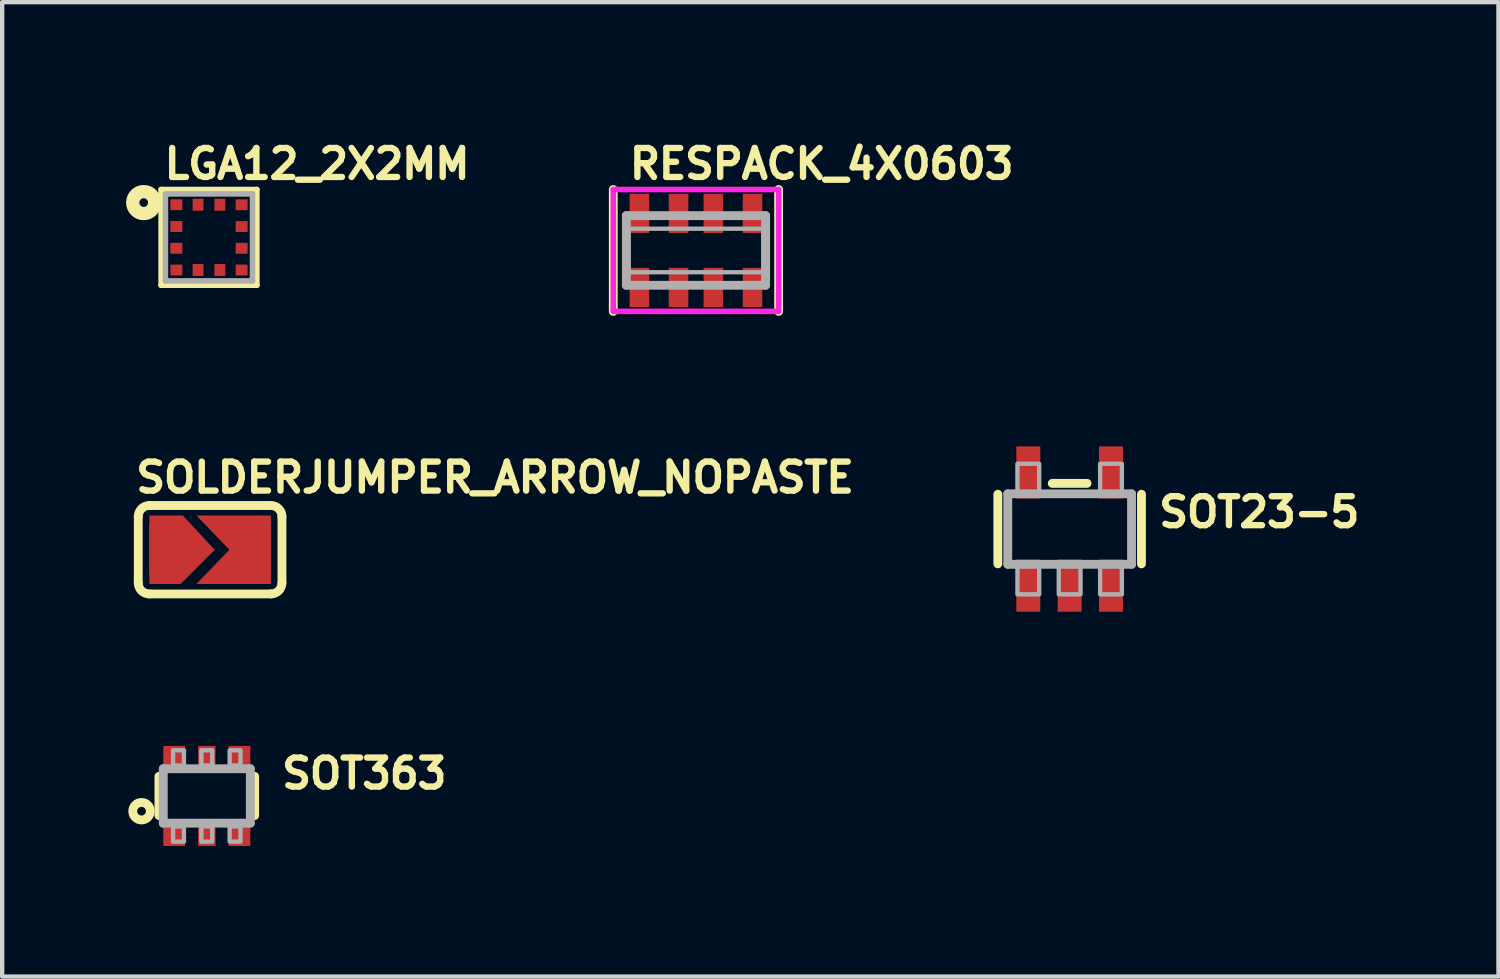
<source format=kicad_pcb>
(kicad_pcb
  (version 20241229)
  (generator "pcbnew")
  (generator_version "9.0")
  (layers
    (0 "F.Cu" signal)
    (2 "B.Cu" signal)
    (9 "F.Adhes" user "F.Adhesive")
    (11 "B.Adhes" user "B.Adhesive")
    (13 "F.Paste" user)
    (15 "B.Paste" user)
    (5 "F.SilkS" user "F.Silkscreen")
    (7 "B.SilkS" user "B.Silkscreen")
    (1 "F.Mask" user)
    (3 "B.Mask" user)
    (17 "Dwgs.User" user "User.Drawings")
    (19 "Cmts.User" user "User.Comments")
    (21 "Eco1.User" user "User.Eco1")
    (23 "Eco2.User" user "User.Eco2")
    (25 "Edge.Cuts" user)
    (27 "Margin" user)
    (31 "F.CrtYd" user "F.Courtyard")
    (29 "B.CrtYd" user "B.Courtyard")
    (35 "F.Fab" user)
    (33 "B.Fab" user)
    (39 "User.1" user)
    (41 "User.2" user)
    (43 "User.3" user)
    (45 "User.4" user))
  (footprint "SOLDERJUMPER_ARROW_NOPASTE"
    (layer "F.Cu")
    (at 1.778 9.582)
    (property "Reference" "SOLDERJUMPER_ARROW_NOPASTE" (at -1.778 -1.27 0) (layer "F.SilkS") (effects (font (size 0.666 0.666) (thickness 0.146)) (justify left bottom)))
    (fp_poly (pts (xy 0.106 0.003) (xy -0.679 0.788) (xy -1.395 0.788) (xy -1.395 -0.788) (xy -0.627 -0.788)) (stroke (width 0) (type solid)) (fill yes) (layer "F.Cu"))
    (fp_poly (pts (xy 1.395 0.788) (xy -0.316 0.788) (xy 0.443 0) (xy -0.316 -0.788) (xy 1.395 -0.788)) (stroke (width 0) (type solid)) (fill yes) (layer "F.Cu"))
    (fp_poly (pts (xy -1.46 0.826) (xy 1.46 0.826) (xy 1.46 -0.826) (xy -1.46 -0.826)) (stroke (width 0) (type solid)) (fill yes) (layer "F.Mask"))
    (fp_line (start -1.651 0.762) (end -1.651 -0.762) (stroke (width 0.203) (type solid)) (layer "F.SilkS"))
    (fp_line (start -1.397 -1.016) (end 1.397 -1.016) (stroke (width 0.203) (type solid)) (layer "F.SilkS"))
    (fp_line (start 1.397 1.016) (end -1.397 1.016) (stroke (width 0.203) (type solid)) (layer "F.SilkS"))
    (fp_line (start 1.651 0.762) (end 1.651 -0.762) (stroke (width 0.203) (type solid)) (layer "F.SilkS"))
    (fp_arc (start -1.651 -0.762) (mid -1.576605 -0.941605) (end -1.397 -1.016) (stroke (width 0.2032) (type solid)) (layer "F.SilkS"))
    (fp_arc (start -1.397 1.016) (mid -1.576605 0.941605) (end -1.651 0.762) (stroke (width 0.2032) (type solid)) (layer "F.SilkS"))
    (fp_arc (start 1.397 -1.016) (mid 1.576605 -0.941605) (end 1.651 -0.762) (stroke (width 0.2032) (type solid)) (layer "F.SilkS"))
    (fp_arc (start 1.651 0.762) (mid 1.576605 0.941605) (end 1.397 1.016) (stroke (width 0.2032) (type solid)) (layer "F.SilkS"))
    (pad "1" smd roundrect (at -1.016 0) (size 0.762 1.524) (layers "F.Cu") (roundrect_rratio 0.25))
    (pad "2" smd roundrect (at 1.016 0) (size 0.762 1.524) (layers "F.Cu") (roundrect_rratio 0.25)))
  (footprint "RESPACK_4X0603"
    (layer "F.Cu")
    (at 12.942 2.705)
    (property "Reference" "RESPACK_4X0603" (at -1.6 -1.6 0) (layer "F.SilkS") (effects (font (size 0.666 0.666) (thickness 0.146)) (justify left bottom)))
    (fp_line (start -1.9 1.4) (end -1.9 -1.4) (stroke (width 0.203) (type solid)) (layer "F.SilkS"))
    (fp_line (start 1.9 -1.4) (end 1.9 1.4) (stroke (width 0.203) (type solid)) (layer "F.SilkS"))
    (fp_line (start -1.9 -1.4) (end 1.9 -1.4) (stroke (width 0.127) (type solid)) (layer "F.CrtYd"))
    (fp_line (start -1.9 1.4) (end -1.9 -1.4) (stroke (width 0.127) (type solid)) (layer "F.CrtYd"))
    (fp_line (start -1.9 1.4) (end 1.9 1.4) (stroke (width 0.127) (type solid)) (layer "F.CrtYd"))
    (fp_line (start 1.9 -1.4) (end 1.9 1.4) (stroke (width 0.127) (type solid)) (layer "F.CrtYd"))
    (fp_line (start -1.6 -0.8) (end 1.6 -0.8) (stroke (width 0.203) (type solid)) (layer "F.Fab"))
    (fp_line (start -1.6 0.8) (end -1.6 -0.8) (stroke (width 0.203) (type solid)) (layer "F.Fab"))
    (fp_line (start 1.6 -0.8) (end 1.6 0.8) (stroke (width 0.203) (type solid)) (layer "F.Fab"))
    (fp_line (start 1.6 0.8) (end -1.6 0.8) (stroke (width 0.203) (type solid)) (layer "F.Fab"))
    (fp_poly (pts (xy -1.55 0.5) (xy 1.55 0.5) (xy 1.55 -0.5) (xy -1.55 -0.5)) (stroke (width 0.1) (type solid)) (fill no) (layer "F.Fab"))
    (pad "1" smd rect (at -1.3 0.85) (size 0.45 0.9) (layers "F.Cu" "F.Mask" "F.Paste"))
    (pad "2" smd rect (at -0.4 0.85) (size 0.45 0.9) (layers "F.Cu" "F.Mask" "F.Paste"))
    (pad "3" smd rect (at 0.4 0.85) (size 0.45 0.9) (layers "F.Cu" "F.Mask" "F.Paste"))
    (pad "4" smd rect (at 1.3 0.85) (size 0.45 0.9) (layers "F.Cu" "F.Mask" "F.Paste"))
    (pad "5" smd rect (at 1.3 -0.85) (size 0.45 0.9) (layers "F.Cu" "F.Mask" "F.Paste"))
    (pad "6" smd rect (at 0.4 -0.85) (size 0.45 0.9) (layers "F.Cu" "F.Mask" "F.Paste"))
    (pad "7" smd rect (at -0.4 -0.85) (size 0.45 0.9) (layers "F.Cu" "F.Mask" "F.Paste"))
    (pad "8" smd rect (at -1.3 -0.85) (size 0.45 0.9) (layers "F.Cu" "F.Mask" "F.Paste")))
  (footprint "LGA12_2X2MM"
    (layer "F.Cu")
    (at 1.752 2.405)
    (property "Reference" "LGA12_2X2MM" (at -1.1 -1.3 0) (layer "F.SilkS") (effects (font (size 0.666 0.666) (thickness 0.146)) (justify left bottom)))
    (fp_line (start -1.1 -1.1) (end 1.1 -1.1) (stroke (width 0.127) (type solid)) (layer "F.SilkS"))
    (fp_line (start -1.1 1.1) (end -1.1 -1.1) (stroke (width 0.127) (type solid)) (layer "F.SilkS"))
    (fp_line (start 1.1 -1.1) (end 1.1 1.1) (stroke (width 0.127) (type solid)) (layer "F.SilkS"))
    (fp_line (start 1.1 1.1) (end -1.1 1.1) (stroke (width 0.127) (type solid)) (layer "F.SilkS"))
    (fp_circle (center -1.5 -0.8) (end -1.4 -0.8) (stroke (width 0.305) (type solid)) (fill no) (layer "F.SilkS"))
    (fp_line (start -1 -1) (end 1 -1) (stroke (width 0.127) (type solid)) (layer "F.Fab"))
    (fp_line (start -1 1) (end -1 -1) (stroke (width 0.127) (type solid)) (layer "F.Fab"))
    (fp_line (start 1 -1) (end 1 1) (stroke (width 0.127) (type solid)) (layer "F.Fab"))
    (fp_line (start 1 1) (end -1 1) (stroke (width 0.127) (type solid)) (layer "F.Fab"))
    (pad "1" smd rect (at -0.75 -0.75) (size 0.275 0.25) (layers "F.Cu" "F.Mask" "F.Paste"))
    (pad "2" smd rect (at -0.75 -0.25) (size 0.275 0.25) (layers "F.Cu" "F.Mask" "F.Paste"))
    (pad "3" smd rect (at -0.75 0.25) (size 0.275 0.25) (layers "F.Cu" "F.Mask" "F.Paste"))
    (pad "4" smd rect (at -0.75 0.75) (size 0.275 0.25) (layers "F.Cu" "F.Mask" "F.Paste"))
    (pad "5" smd rect (at -0.25 0.75 90) (size 0.275 0.25) (layers "F.Cu" "F.Mask" "F.Paste"))
    (pad "6" smd rect (at 0.25 0.75 90) (size 0.275 0.25) (layers "F.Cu" "F.Mask" "F.Paste"))
    (pad "7" smd rect (at 0.75 0.75 180) (size 0.275 0.25) (layers "F.Cu" "F.Mask" "F.Paste"))
    (pad "8" smd rect (at 0.75 0.25 180) (size 0.275 0.25) (layers "F.Cu" "F.Mask" "F.Paste"))
    (pad "9" smd rect (at 0.75 -0.25 180) (size 0.275 0.25) (layers "F.Cu" "F.Mask" "F.Paste"))
    (pad "10" smd rect (at 0.75 -0.75 180) (size 0.275 0.25) (layers "F.Cu" "F.Mask" "F.Paste"))
    (pad "11" smd rect (at 0.25 -0.75 270) (size 0.275 0.25) (layers "F.Cu" "F.Mask" "F.Paste"))
    (pad "12" smd rect (at -0.25 -0.75 270) (size 0.275 0.25) (layers "F.Cu" "F.Mask" "F.Paste")))
  (footprint "SOT23-5"
    (layer "F.Cu")
    (at 21.529 9.107)
    (property "Reference" "SOT23-5" (at 1.978 0 0) (layer "F.SilkS") (effects (font (size 0.666 0.666) (thickness 0.146)) (justify left bottom)))
    (fp_line (start -1.65 -0.8) (end -1.65 0.8) (stroke (width 0.203) (type solid)) (layer "F.SilkS"))
    (fp_line (start -0.4 -1.05) (end 0.4 -1.05) (stroke (width 0.203) (type solid)) (layer "F.SilkS"))
    (fp_line (start 1.65 -0.8) (end 1.65 0.8) (stroke (width 0.203) (type solid)) (layer "F.SilkS"))
    (fp_line (start -1.422 -0.81) (end 1.422 -0.81) (stroke (width 0.203) (type solid)) (layer "F.Fab"))
    (fp_line (start -1.422 0.81) (end -1.422 -0.81) (stroke (width 0.203) (type solid)) (layer "F.Fab"))
    (fp_line (start 1.422 -0.81) (end 1.422 0.81) (stroke (width 0.203) (type solid)) (layer "F.Fab"))
    (fp_line (start 1.422 0.81) (end -1.422 0.81) (stroke (width 0.203) (type solid)) (layer "F.Fab"))
    (fp_poly (pts (xy -1.2 -0.85) (xy -0.7 -0.85) (xy -0.7 -1.5) (xy -1.2 -1.5)) (stroke (width 0.1) (type solid)) (fill no) (layer "F.Fab"))
    (fp_poly (pts (xy -1.2 1.5) (xy -0.7 1.5) (xy -0.7 0.85) (xy -1.2 0.85)) (stroke (width 0.1) (type solid)) (fill no) (layer "F.Fab"))
    (fp_poly (pts (xy -0.25 1.5) (xy 0.25 1.5) (xy 0.25 0.85) (xy -0.25 0.85)) (stroke (width 0.1) (type solid)) (fill no) (layer "F.Fab"))
    (fp_poly (pts (xy 0.7 -0.85) (xy 1.2 -0.85) (xy 1.2 -1.5) (xy 0.7 -1.5)) (stroke (width 0.1) (type solid)) (fill no) (layer "F.Fab"))
    (fp_poly (pts (xy 0.7 1.5) (xy 1.2 1.5) (xy 1.2 0.85) (xy 0.7 0.85)) (stroke (width 0.1) (type solid)) (fill no) (layer "F.Fab"))
    (pad "1" smd rect (at -0.95 1.3) (size 0.55 1.2) (layers "F.Cu" "F.Mask" "F.Paste"))
    (pad "2" smd rect (at 0 1.3) (size 0.55 1.2) (layers "F.Cu" "F.Mask" "F.Paste"))
    (pad "3" smd rect (at 0.95 1.3) (size 0.55 1.2) (layers "F.Cu" "F.Mask" "F.Paste"))
    (pad "4" smd rect (at 0.95 -1.3) (size 0.55 1.2) (layers "F.Cu" "F.Mask" "F.Paste"))
    (pad "5" smd rect (at -0.95 -1.3) (size 0.55 1.2) (layers "F.Cu" "F.Mask" "F.Paste")))
  (footprint "SOT363"
    (layer "F.Cu")
    (at 1.702 15.24)
    (property "Reference" "SOT363" (at 1.651 -0.127 0) (layer "F.SilkS") (effects (font (size 0.666 0.666) (thickness 0.146)) (justify left bottom)))
    (fp_line (start -1.1 -0.45) (end -1.1 0.45) (stroke (width 0.203) (type solid)) (layer "F.SilkS"))
    (fp_line (start 1.1 -0.45) (end 1.1 0.45) (stroke (width 0.203) (type solid)) (layer "F.SilkS"))
    (fp_circle (center -1.5 0.35) (end -1.4 0.35) (stroke (width 0.203) (type solid)) (fill no) (layer "F.SilkS"))
    (fp_line (start -1 -0.625) (end 1 -0.625) (stroke (width 0.203) (type solid)) (layer "F.Fab"))
    (fp_line (start -1 0.625) (end -1 -0.625) (stroke (width 0.203) (type solid)) (layer "F.Fab"))
    (fp_line (start 1 -0.625) (end 1 0.625) (stroke (width 0.203) (type solid)) (layer "F.Fab"))
    (fp_line (start 1 0.625) (end -1 0.625) (stroke (width 0.203) (type solid)) (layer "F.Fab"))
    (fp_poly (pts (xy -0.775 -0.7) (xy -0.525 -0.7) (xy -0.525 -1.05) (xy -0.775 -1.05)) (stroke (width 0.1) (type solid)) (fill no) (layer "F.Fab"))
    (fp_poly (pts (xy -0.775 1.05) (xy -0.525 1.05) (xy -0.525 0.7) (xy -0.775 0.7)) (stroke (width 0.1) (type solid)) (fill no) (layer "F.Fab"))
    (fp_poly (pts (xy -0.125 -0.7) (xy 0.125 -0.7) (xy 0.125 -1.05) (xy -0.125 -1.05)) (stroke (width 0.1) (type solid)) (fill no) (layer "F.Fab"))
    (fp_poly (pts (xy -0.125 1.05) (xy 0.125 1.05) (xy 0.125 0.7) (xy -0.125 0.7)) (stroke (width 0.1) (type solid)) (fill no) (layer "F.Fab"))
    (fp_poly (pts (xy 0.525 -0.7) (xy 0.775 -0.7) (xy 0.775 -1.05) (xy 0.525 -1.05)) (stroke (width 0.1) (type solid)) (fill no) (layer "F.Fab"))
    (fp_poly (pts (xy 0.525 1.05) (xy 0.775 1.05) (xy 0.775 0.7) (xy 0.525 0.7)) (stroke (width 0.1) (type solid)) (fill no) (layer "F.Fab"))
    (pad "1" smd rect (at -0.75 0.9) (size 0.5 0.5) (layers "F.Cu" "F.Mask" "F.Paste"))
    (pad "2" smd rect (at 0 0.9) (size 0.4 0.5) (layers "F.Cu" "F.Mask" "F.Paste"))
    (pad "3" smd rect (at 0.75 0.9) (size 0.5 0.5) (layers "F.Cu" "F.Mask" "F.Paste"))
    (pad "4" smd rect (at 0.75 -0.9) (size 0.5 0.5) (layers "F.Cu" "F.Mask" "F.Paste"))
    (pad "5" smd rect (at 0 -0.9) (size 0.4 0.5) (layers "F.Cu" "F.Mask" "F.Paste"))
    (pad "6" smd rect (at -0.75 -0.9) (size 0.5 0.5) (layers "F.Cu" "F.Mask" "F.Paste")))
  (gr_rect
    (start -3 -3)
    (end 31.383 19.39)
    (stroke (width 0.1) (type default))
    (fill no)
    (layer "Edge.Cuts")))
</source>
